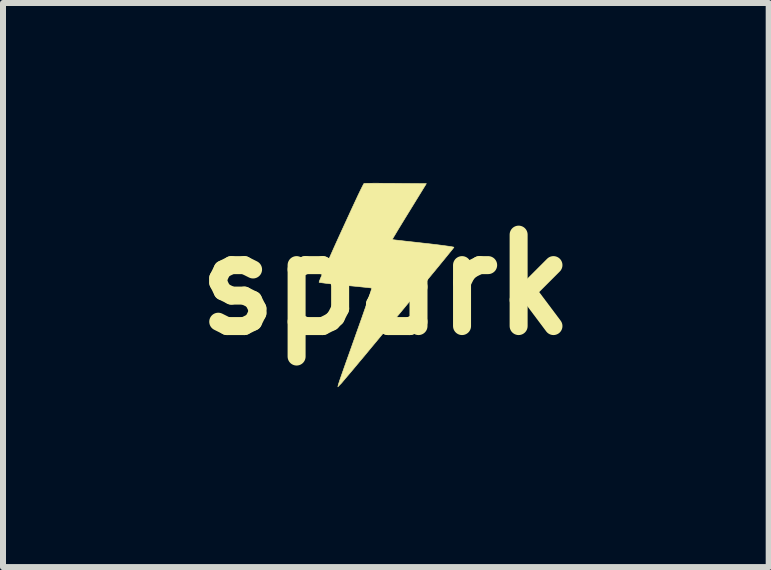
<source format=kicad_pcb>
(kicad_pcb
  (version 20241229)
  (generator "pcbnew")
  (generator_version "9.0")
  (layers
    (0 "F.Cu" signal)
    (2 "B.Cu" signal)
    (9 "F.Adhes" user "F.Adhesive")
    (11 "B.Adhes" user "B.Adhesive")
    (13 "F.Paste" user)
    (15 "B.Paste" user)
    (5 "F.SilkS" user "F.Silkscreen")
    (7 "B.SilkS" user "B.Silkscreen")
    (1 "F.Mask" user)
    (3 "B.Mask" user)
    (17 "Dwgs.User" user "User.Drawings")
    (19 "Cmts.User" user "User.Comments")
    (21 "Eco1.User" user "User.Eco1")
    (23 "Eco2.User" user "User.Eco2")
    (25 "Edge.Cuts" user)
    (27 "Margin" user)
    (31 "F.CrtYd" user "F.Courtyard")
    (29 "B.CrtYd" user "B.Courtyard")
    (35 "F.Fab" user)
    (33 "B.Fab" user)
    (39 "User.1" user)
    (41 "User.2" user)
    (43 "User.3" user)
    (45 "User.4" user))
  (footprint "spark"
    (layer "F.Cu")
    (at 3.382 1.696)
    (property "Reference" "spark" (at 0 0 0) (layer "F.SilkS") (effects (font (size 1.524 1.524) (thickness 0.3))))
    (attr through_hole)
    (fp_poly (pts (xy -0.008 -1.69) (xy 0.117 -1.69) (xy 0.164 -1.689) (xy 0.675 -1.685) (xy 0.389 -1.22) (xy 0.32 -1.108) (xy 0.257 -1.005) (xy 0.202 -0.915) (xy 0.158 -0.841) (xy 0.126 -0.788) (xy 0.109 -0.758) (xy 0.106 -0.752) (xy 0.123 -0.75) (xy 0.17 -0.744) (xy 0.242 -0.736) (xy 0.336 -0.725) (xy 0.446 -0.713) (xy 0.57 -0.699) (xy 0.622 -0.693) (xy 0.75 -0.679) (xy 0.866 -0.665) (xy 0.966 -0.652) (xy 1.046 -0.641) (xy 1.103 -0.632) (xy 1.132 -0.626) (xy 1.135 -0.624) (xy 1.124 -0.609) (xy 1.094 -0.571) (xy 1.045 -0.511) (xy 0.981 -0.432) (xy 0.903 -0.337) (xy 0.812 -0.226) (xy 0.711 -0.104) (xy 0.602 0.029) (xy 0.486 0.169) (xy 0.366 0.315) (xy 0.243 0.464) (xy 0.118 0.613) (xy -0.005 0.761) (xy -0.125 0.906) (xy -0.24 1.044) (xy -0.348 1.175) (xy -0.448 1.294) (xy -0.537 1.401) (xy -0.614 1.492) (xy -0.677 1.566) (xy -0.723 1.621) (xy -0.751 1.653) (xy -0.758 1.659) (xy -0.8 1.702) (xy -0.79 1.659) (xy -0.782 1.635) (xy -0.765 1.583) (xy -0.738 1.505) (xy -0.703 1.405) (xy -0.661 1.286) (xy -0.613 1.152) (xy -0.561 1.005) (xy -0.506 0.85) (xy -0.502 0.838) (xy -0.447 0.684) (xy -0.396 0.54) (xy -0.35 0.408) (xy -0.31 0.293) (xy -0.278 0.197) (xy -0.254 0.124) (xy -0.239 0.075) (xy -0.234 0.056) (xy -0.234 0.055) (xy -0.254 0.053) (xy -0.302 0.047) (xy -0.375 0.04) (xy -0.467 0.03) (xy -0.575 0.02) (xy -0.674 0.01) (xy -0.791 -0.001) (xy -0.897 -0.012) (xy -0.986 -0.022) (xy -1.055 -0.031) (xy -1.099 -0.037) (xy -1.113 -0.041) (xy -1.108 -0.058) (xy -1.091 -0.102) (xy -1.062 -0.17) (xy -1.024 -0.258) (xy -0.978 -0.363) (xy -0.925 -0.482) (xy -0.868 -0.61) (xy -0.807 -0.745) (xy -0.744 -0.883) (xy -0.681 -1.02) (xy -0.62 -1.153) (xy -0.562 -1.279) (xy -0.508 -1.395) (xy -0.461 -1.496) (xy -0.421 -1.579) (xy -0.39 -1.641) (xy -0.371 -1.678) (xy -0.364 -1.687) (xy -0.343 -1.689) (xy -0.293 -1.69) (xy -0.218 -1.691) (xy -0.121 -1.691) (xy -0.008 -1.69)) (stroke (width 0.01) (type solid)) (fill yes) (layer "F.SilkS")))
  (gr_rect
    (start -3 -3)
    (end 9.764 6.403)
    (stroke (width 0.1) (type default))
    (fill no)
    (layer "Edge.Cuts")))
</source>
